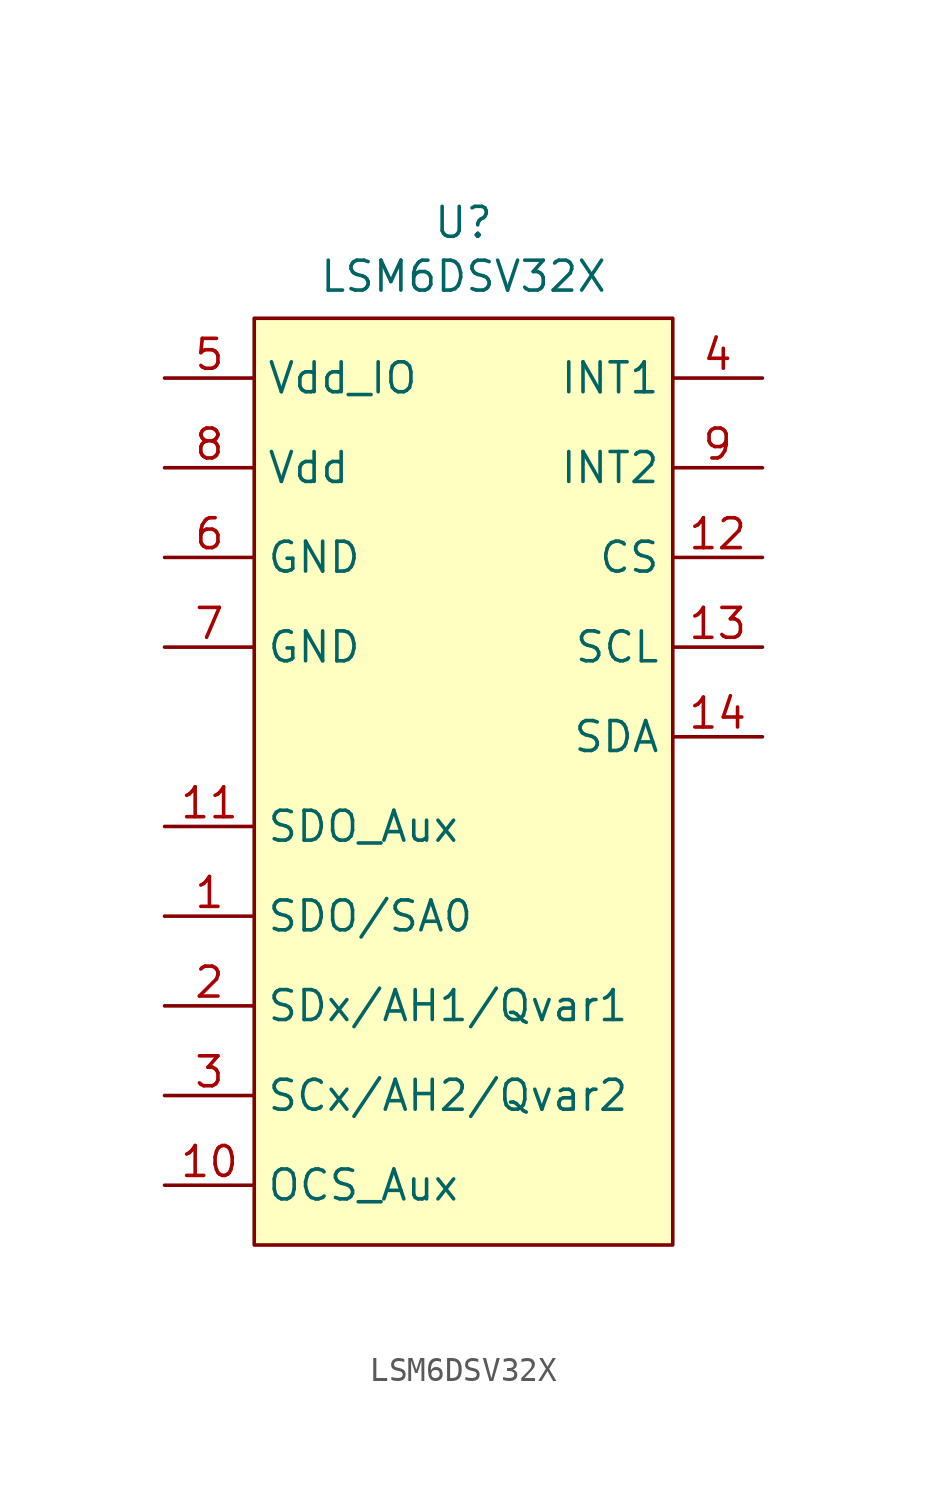
<source format=kicad_sym>
(kicad_symbol_lib
  (version 20241209)
  (generator "kicad_symbol_editor")
  (generator_version "9.0")
  (symbol "LSM6DSV32X"
    (property "Reference" "U"
      (at 8.89 4.064 0)
      (effects (font (size 1.27 1.27))))
    (property "Value" "LSM6DSV32X"
      (at 8.89 1.778 0)
      (effects (font (size 1.27 1.27))))
    (symbol "LSM6DSV32X_0_1"
      (rectangle (start 0 0) (end 17.78 -39.37) (stroke (width 0) (type default)) (fill (type background))))
    (symbol "LSM6DSV32X_1_1"
      (pin passive line (at -3.81 -2.54 0) (length 3.81) (name "Vdd_IO" (effects (font (size 1.27 1.27)))) (number "5" (effects (font (size 1.27 1.27)))))
      (pin passive line (at -3.81 -6.35 0) (length 3.81) (name "Vdd" (effects (font (size 1.27 1.27)))) (number "8" (effects (font (size 1.27 1.27)))))
      (pin passive line (at -3.81 -10.16 0) (length 3.81) (name "GND" (effects (font (size 1.27 1.27)))) (number "6" (effects (font (size 1.27 1.27)))))
      (pin passive line (at -3.81 -13.97 0) (length 3.81) (name "GND" (effects (font (size 1.27 1.27)))) (number "7" (effects (font (size 1.27 1.27)))))
      (pin passive line (at -3.81 -21.59 0) (length 3.81) (name "SDO_Aux" (effects (font (size 1.27 1.27)))) (number "11" (effects (font (size 1.27 1.27)))))
      (pin passive line (at -3.81 -25.4 0) (length 3.81) (name "SDO/SA0" (effects (font (size 1.27 1.27)))) (number "1" (effects (font (size 1.27 1.27)))))
      (pin passive line (at -3.81 -29.21 0) (length 3.81) (name "SDx/AH1/Qvar1" (effects (font (size 1.27 1.27)))) (number "2" (effects (font (size 1.27 1.27)))))
      (pin passive line (at -3.81 -33.02 0) (length 3.81) (name "SCx/AH2/Qvar2" (effects (font (size 1.27 1.27)))) (number "3" (effects (font (size 1.27 1.27)))))
      (pin passive line (at -3.81 -36.83 0) (length 3.81) (name "OCS_Aux" (effects (font (size 1.27 1.27)))) (number "10" (effects (font (size 1.27 1.27)))))
      (pin passive line (at 21.59 -2.54 180) (length 3.81) (name "INT1" (effects (font (size 1.27 1.27)))) (number "4" (effects (font (size 1.27 1.27)))))
      (pin passive line (at 21.59 -6.35 180) (length 3.81) (name "INT2" (effects (font (size 1.27 1.27)))) (number "9" (effects (font (size 1.27 1.27)))))
      (pin passive line (at 21.59 -10.16 180) (length 3.81) (name "CS" (effects (font (size 1.27 1.27)))) (number "12" (effects (font (size 1.27 1.27)))))
      (pin passive line (at 21.59 -13.97 180) (length 3.81) (name "SCL" (effects (font (size 1.27 1.27)))) (number "13" (effects (font (size 1.27 1.27)))))
      (pin passive line (at 21.59 -17.78 180) (length 3.81) (name "SDA" (effects (font (size 1.27 1.27)))) (number "14" (effects (font (size 1.27 1.27))))))))
</source>
